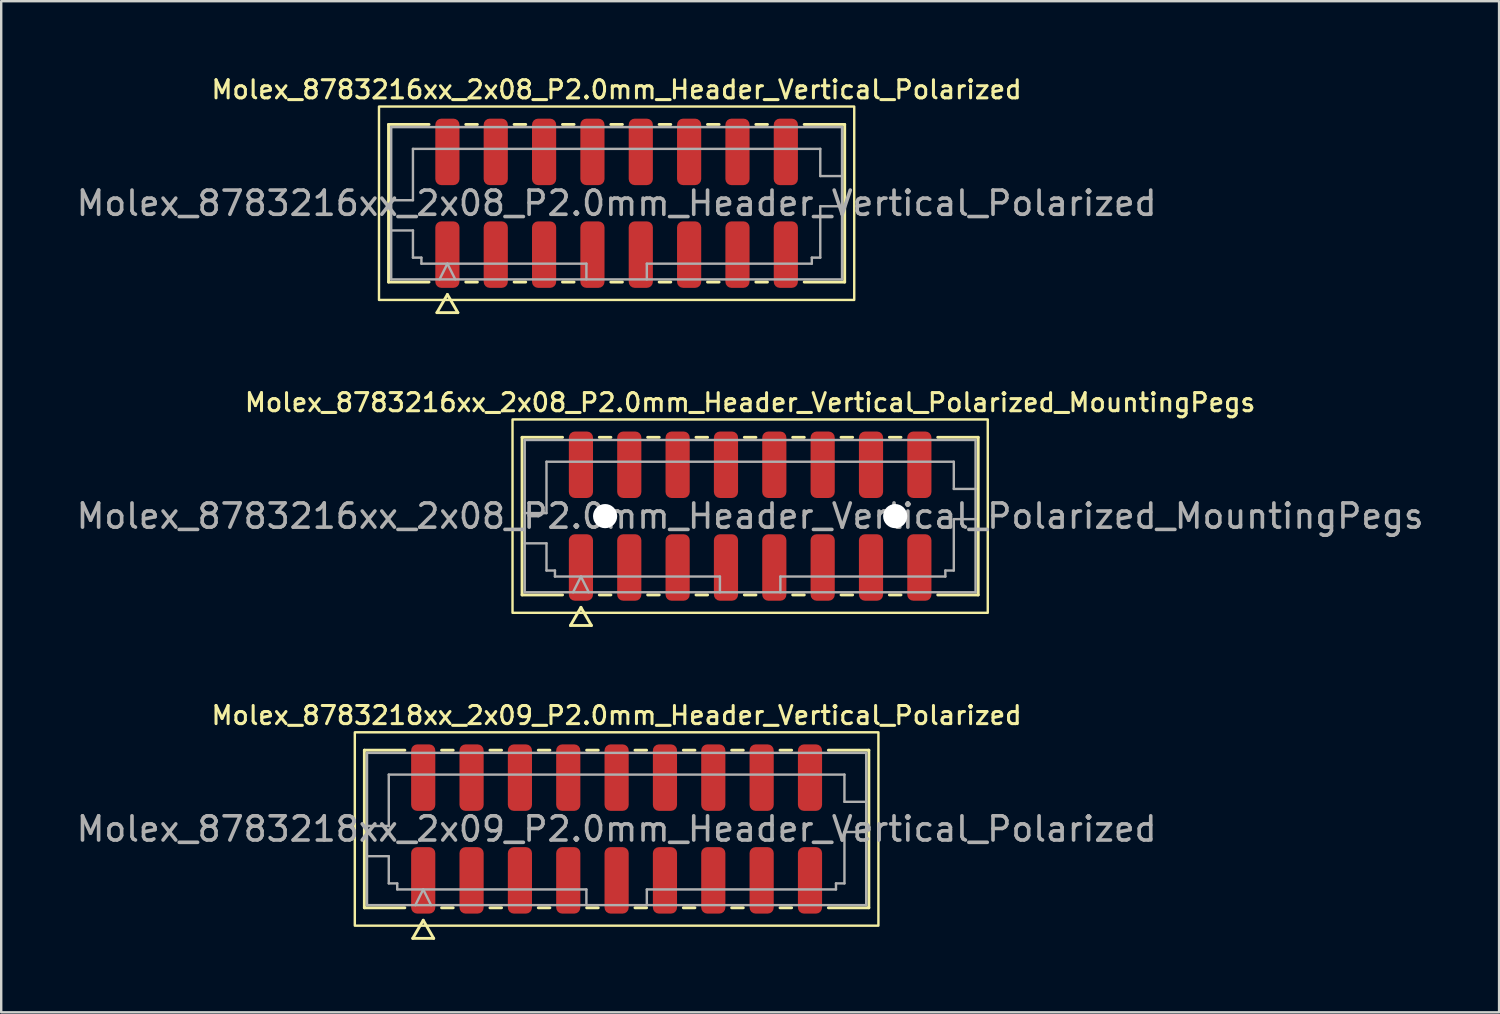
<source format=kicad_pcb>
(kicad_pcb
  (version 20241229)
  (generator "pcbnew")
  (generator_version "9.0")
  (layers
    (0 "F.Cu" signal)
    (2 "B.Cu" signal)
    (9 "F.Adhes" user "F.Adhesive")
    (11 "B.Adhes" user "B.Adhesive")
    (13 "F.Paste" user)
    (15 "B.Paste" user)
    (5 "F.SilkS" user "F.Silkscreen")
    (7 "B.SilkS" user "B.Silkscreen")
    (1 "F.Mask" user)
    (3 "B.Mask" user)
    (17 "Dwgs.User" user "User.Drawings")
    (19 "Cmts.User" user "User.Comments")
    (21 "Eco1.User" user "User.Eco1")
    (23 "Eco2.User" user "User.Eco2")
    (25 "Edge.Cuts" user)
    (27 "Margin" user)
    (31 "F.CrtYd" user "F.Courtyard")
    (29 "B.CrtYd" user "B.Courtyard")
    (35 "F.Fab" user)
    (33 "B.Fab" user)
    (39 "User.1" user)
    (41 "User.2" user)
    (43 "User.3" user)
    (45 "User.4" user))
  (footprint "Molex_8783216xx_2x08_P2.0mm_Header_Vertical_Polarized_MountingPegs"
    (layer "F.Cu")
    (at 27.982 18.301)
    (property "Reference" "Molex_8783216xx_2x08_P2.0mm_Header_Vertical_Polarized_MountingPegs" (at 0 -4.7 0) (layer "F.SilkS") (effects (font (size 0.75 0.75) (thickness 0.125))))
    (attr smd)
    (fp_line (start -9.435 -3.26) (end -7.76 -3.26) (stroke (width 0.12) (type solid)) (layer "F.SilkS"))
    (fp_line (start -9.435 3.26) (end -9.435 -3.26) (stroke (width 0.12) (type solid)) (layer "F.SilkS"))
    (fp_line (start -7.76 3.26) (end -9.435 3.26) (stroke (width 0.12) (type solid)) (layer "F.SilkS"))
    (fp_line (start -7.433 4.525) (end -7 3.775) (stroke (width 0.12) (type solid)) (layer "F.SilkS"))
    (fp_line (start -7 3.775) (end -6.567 4.525) (stroke (width 0.12) (type solid)) (layer "F.SilkS"))
    (fp_line (start -6.567 4.525) (end -7.433 4.525) (stroke (width 0.12) (type solid)) (layer "F.SilkS"))
    (fp_line (start -6.24 -3.26) (end -5.76 -3.26) (stroke (width 0.12) (type solid)) (layer "F.SilkS"))
    (fp_line (start -5.76 3.26) (end -6.24 3.26) (stroke (width 0.12) (type solid)) (layer "F.SilkS"))
    (fp_line (start -4.24 -3.26) (end -3.76 -3.26) (stroke (width 0.12) (type solid)) (layer "F.SilkS"))
    (fp_line (start -3.76 3.26) (end -4.24 3.26) (stroke (width 0.12) (type solid)) (layer "F.SilkS"))
    (fp_line (start -2.24 -3.26) (end -1.76 -3.26) (stroke (width 0.12) (type solid)) (layer "F.SilkS"))
    (fp_line (start -1.76 3.26) (end -2.24 3.26) (stroke (width 0.12) (type solid)) (layer "F.SilkS"))
    (fp_line (start -0.24 -3.26) (end 0.24 -3.26) (stroke (width 0.12) (type solid)) (layer "F.SilkS"))
    (fp_line (start 0.24 3.26) (end -0.24 3.26) (stroke (width 0.12) (type solid)) (layer "F.SilkS"))
    (fp_line (start 1.76 -3.26) (end 2.24 -3.26) (stroke (width 0.12) (type solid)) (layer "F.SilkS"))
    (fp_line (start 2.24 3.26) (end 1.76 3.26) (stroke (width 0.12) (type solid)) (layer "F.SilkS"))
    (fp_line (start 3.76 -3.26) (end 4.24 -3.26) (stroke (width 0.12) (type solid)) (layer "F.SilkS"))
    (fp_line (start 4.24 3.26) (end 3.76 3.26) (stroke (width 0.12) (type solid)) (layer "F.SilkS"))
    (fp_line (start 5.76 -3.26) (end 6.24 -3.26) (stroke (width 0.12) (type solid)) (layer "F.SilkS"))
    (fp_line (start 6.24 3.26) (end 5.76 3.26) (stroke (width 0.12) (type solid)) (layer "F.SilkS"))
    (fp_line (start 7.76 -3.26) (end 9.435 -3.26) (stroke (width 0.12) (type solid)) (layer "F.SilkS"))
    (fp_line (start 9.435 -3.26) (end 9.435 3.26) (stroke (width 0.12) (type solid)) (layer "F.SilkS"))
    (fp_line (start 9.435 3.26) (end 7.76 3.26) (stroke (width 0.12) (type solid)) (layer "F.SilkS"))
    (fp_rect (start -9.83 -4) (end 9.83 4) (stroke (width 0.1) (type solid)) (fill no) (layer "F.SilkS"))
    (fp_line (start -9.325 -3.15) (end 9.325 -3.15) (stroke (width 0.1) (type solid)) (layer "F.Fab"))
    (fp_line (start -9.325 -0.125) (end -8.425 -0.125) (stroke (width 0.1) (type solid)) (layer "F.Fab"))
    (fp_line (start -9.325 1.125) (end -8.425 1.125) (stroke (width 0.1) (type solid)) (layer "F.Fab"))
    (fp_line (start -9.325 3.15) (end -9.325 -3.15) (stroke (width 0.1) (type solid)) (layer "F.Fab"))
    (fp_line (start -8.425 -2.25) (end 8.425 -2.25) (stroke (width 0.1) (type solid)) (layer "F.Fab"))
    (fp_line (start -8.425 -0.125) (end -8.425 -2.25) (stroke (width 0.1) (type solid)) (layer "F.Fab"))
    (fp_line (start -8.425 1.125) (end -8.425 2.25) (stroke (width 0.1) (type solid)) (layer "F.Fab"))
    (fp_line (start -8.425 2.25) (end -8.075 2.25) (stroke (width 0.1) (type solid)) (layer "F.Fab"))
    (fp_line (start -8.075 2.25) (end -8.075 2.5) (stroke (width 0.1) (type solid)) (layer "F.Fab"))
    (fp_line (start -8.075 2.5) (end -1.25 2.5) (stroke (width 0.1) (type solid)) (layer "F.Fab"))
    (fp_line (start -7.325 3.15) (end -7 2.5) (stroke (width 0.1) (type solid)) (layer "F.Fab"))
    (fp_line (start -7 2.5) (end -6.675 3.15) (stroke (width 0.1) (type solid)) (layer "F.Fab"))
    (fp_line (start -1.25 2.5) (end -1.25 3.15) (stroke (width 0.1) (type solid)) (layer "F.Fab"))
    (fp_line (start 1.25 2.5) (end 1.25 3.15) (stroke (width 0.1) (type solid)) (layer "F.Fab"))
    (fp_line (start 1.25 2.5) (end 8.075 2.5) (stroke (width 0.1) (type solid)) (layer "F.Fab"))
    (fp_line (start 8.075 2.25) (end 8.425 2.25) (stroke (width 0.1) (type solid)) (layer "F.Fab"))
    (fp_line (start 8.075 2.5) (end 8.075 2.25) (stroke (width 0.1) (type solid)) (layer "F.Fab"))
    (fp_line (start 8.425 -2.25) (end 8.425 -1.125) (stroke (width 0.1) (type solid)) (layer "F.Fab"))
    (fp_line (start 8.425 -1.125) (end 9.325 -1.125) (stroke (width 0.1) (type solid)) (layer "F.Fab"))
    (fp_line (start 8.425 0.125) (end 9.325 0.125) (stroke (width 0.1) (type solid)) (layer "F.Fab"))
    (fp_line (start 8.425 2.25) (end 8.425 0.125) (stroke (width 0.1) (type solid)) (layer "F.Fab"))
    (fp_line (start 9.325 -3.15) (end 9.325 3.15) (stroke (width 0.1) (type solid)) (layer "F.Fab"))
    (fp_line (start 9.325 3.15) (end -9.325 3.15) (stroke (width 0.1) (type solid)) (layer "F.Fab"))
    (fp_text user "${REFERENCE}" (at 0 0 0) (layer "F.Fab") (effects (font (size 1 1) (thickness 0.15))))
    (pad "" np_thru_hole circle (at -6 0) (size 1 1) (drill 1) (layers "*.Cu" "*.Mask"))
    (pad "" np_thru_hole circle (at 6 0) (size 1 1) (drill 1) (layers "*.Cu" "*.Mask"))
    (pad "1" smd roundrect (at -7 2.125) (size 1 2.75) (layers "F.Cu" "F.Mask" "F.Paste") (roundrect_rratio 0.25))
    (pad "2" smd roundrect (at -7 -2.125) (size 1 2.75) (layers "F.Cu" "F.Mask" "F.Paste") (roundrect_rratio 0.25))
    (pad "3" smd roundrect (at -5 2.125) (size 1 2.75) (layers "F.Cu" "F.Mask" "F.Paste") (roundrect_rratio 0.25))
    (pad "4" smd roundrect (at -5 -2.125) (size 1 2.75) (layers "F.Cu" "F.Mask" "F.Paste") (roundrect_rratio 0.25))
    (pad "5" smd roundrect (at -3 2.125) (size 1 2.75) (layers "F.Cu" "F.Mask" "F.Paste") (roundrect_rratio 0.25))
    (pad "6" smd roundrect (at -3 -2.125) (size 1 2.75) (layers "F.Cu" "F.Mask" "F.Paste") (roundrect_rratio 0.25))
    (pad "7" smd roundrect (at -1 2.125) (size 1 2.75) (layers "F.Cu" "F.Mask" "F.Paste") (roundrect_rratio 0.25))
    (pad "8" smd roundrect (at -1 -2.125) (size 1 2.75) (layers "F.Cu" "F.Mask" "F.Paste") (roundrect_rratio 0.25))
    (pad "9" smd roundrect (at 1 2.125) (size 1 2.75) (layers "F.Cu" "F.Mask" "F.Paste") (roundrect_rratio 0.25))
    (pad "10" smd roundrect (at 1 -2.125) (size 1 2.75) (layers "F.Cu" "F.Mask" "F.Paste") (roundrect_rratio 0.25))
    (pad "11" smd roundrect (at 3 2.125) (size 1 2.75) (layers "F.Cu" "F.Mask" "F.Paste") (roundrect_rratio 0.25))
    (pad "12" smd roundrect (at 3 -2.125) (size 1 2.75) (layers "F.Cu" "F.Mask" "F.Paste") (roundrect_rratio 0.25))
    (pad "13" smd roundrect (at 5 2.125) (size 1 2.75) (layers "F.Cu" "F.Mask" "F.Paste") (roundrect_rratio 0.25))
    (pad "14" smd roundrect (at 5 -2.125) (size 1 2.75) (layers "F.Cu" "F.Mask" "F.Paste") (roundrect_rratio 0.25))
    (pad "15" smd roundrect (at 7 2.125) (size 1 2.75) (layers "F.Cu" "F.Mask" "F.Paste") (roundrect_rratio 0.25))
    (pad "16" smd roundrect (at 7 -2.125) (size 1 2.75) (layers "F.Cu" "F.Mask" "F.Paste") (roundrect_rratio 0.25)))
  (footprint "Molex_8783216xx_2x08_P2.0mm_Header_Vertical_Polarized"
    (layer "F.Cu")
    (at 22.458 5.358)
    (property "Reference" "Molex_8783216xx_2x08_P2.0mm_Header_Vertical_Polarized" (at 0 -4.7 0) (layer "F.SilkS") (effects (font (size 0.75 0.75) (thickness 0.125))))
    (attr smd)
    (fp_line (start -9.435 -3.26) (end -7.76 -3.26) (stroke (width 0.12) (type solid)) (layer "F.SilkS"))
    (fp_line (start -9.435 3.26) (end -9.435 -3.26) (stroke (width 0.12) (type solid)) (layer "F.SilkS"))
    (fp_line (start -7.76 3.26) (end -9.435 3.26) (stroke (width 0.12) (type solid)) (layer "F.SilkS"))
    (fp_line (start -7.433 4.525) (end -7 3.775) (stroke (width 0.12) (type solid)) (layer "F.SilkS"))
    (fp_line (start -7 3.775) (end -6.567 4.525) (stroke (width 0.12) (type solid)) (layer "F.SilkS"))
    (fp_line (start -6.567 4.525) (end -7.433 4.525) (stroke (width 0.12) (type solid)) (layer "F.SilkS"))
    (fp_line (start -6.24 -3.26) (end -5.76 -3.26) (stroke (width 0.12) (type solid)) (layer "F.SilkS"))
    (fp_line (start -5.76 3.26) (end -6.24 3.26) (stroke (width 0.12) (type solid)) (layer "F.SilkS"))
    (fp_line (start -4.24 -3.26) (end -3.76 -3.26) (stroke (width 0.12) (type solid)) (layer "F.SilkS"))
    (fp_line (start -3.76 3.26) (end -4.24 3.26) (stroke (width 0.12) (type solid)) (layer "F.SilkS"))
    (fp_line (start -2.24 -3.26) (end -1.76 -3.26) (stroke (width 0.12) (type solid)) (layer "F.SilkS"))
    (fp_line (start -1.76 3.26) (end -2.24 3.26) (stroke (width 0.12) (type solid)) (layer "F.SilkS"))
    (fp_line (start -0.24 -3.26) (end 0.24 -3.26) (stroke (width 0.12) (type solid)) (layer "F.SilkS"))
    (fp_line (start 0.24 3.26) (end -0.24 3.26) (stroke (width 0.12) (type solid)) (layer "F.SilkS"))
    (fp_line (start 1.76 -3.26) (end 2.24 -3.26) (stroke (width 0.12) (type solid)) (layer "F.SilkS"))
    (fp_line (start 2.24 3.26) (end 1.76 3.26) (stroke (width 0.12) (type solid)) (layer "F.SilkS"))
    (fp_line (start 3.76 -3.26) (end 4.24 -3.26) (stroke (width 0.12) (type solid)) (layer "F.SilkS"))
    (fp_line (start 4.24 3.26) (end 3.76 3.26) (stroke (width 0.12) (type solid)) (layer "F.SilkS"))
    (fp_line (start 5.76 -3.26) (end 6.24 -3.26) (stroke (width 0.12) (type solid)) (layer "F.SilkS"))
    (fp_line (start 6.24 3.26) (end 5.76 3.26) (stroke (width 0.12) (type solid)) (layer "F.SilkS"))
    (fp_line (start 7.76 -3.26) (end 9.435 -3.26) (stroke (width 0.12) (type solid)) (layer "F.SilkS"))
    (fp_line (start 9.435 -3.26) (end 9.435 3.26) (stroke (width 0.12) (type solid)) (layer "F.SilkS"))
    (fp_line (start 9.435 3.26) (end 7.76 3.26) (stroke (width 0.12) (type solid)) (layer "F.SilkS"))
    (fp_rect (start -9.83 -4) (end 9.83 4) (stroke (width 0.1) (type solid)) (fill no) (layer "F.SilkS"))
    (fp_line (start -9.325 -3.15) (end 9.325 -3.15) (stroke (width 0.1) (type solid)) (layer "F.Fab"))
    (fp_line (start -9.325 -0.125) (end -8.425 -0.125) (stroke (width 0.1) (type solid)) (layer "F.Fab"))
    (fp_line (start -9.325 1.125) (end -8.425 1.125) (stroke (width 0.1) (type solid)) (layer "F.Fab"))
    (fp_line (start -9.325 3.15) (end -9.325 -3.15) (stroke (width 0.1) (type solid)) (layer "F.Fab"))
    (fp_line (start -8.425 -2.25) (end 8.425 -2.25) (stroke (width 0.1) (type solid)) (layer "F.Fab"))
    (fp_line (start -8.425 -0.125) (end -8.425 -2.25) (stroke (width 0.1) (type solid)) (layer "F.Fab"))
    (fp_line (start -8.425 1.125) (end -8.425 2.25) (stroke (width 0.1) (type solid)) (layer "F.Fab"))
    (fp_line (start -8.425 2.25) (end -8.075 2.25) (stroke (width 0.1) (type solid)) (layer "F.Fab"))
    (fp_line (start -8.075 2.25) (end -8.075 2.5) (stroke (width 0.1) (type solid)) (layer "F.Fab"))
    (fp_line (start -8.075 2.5) (end -1.25 2.5) (stroke (width 0.1) (type solid)) (layer "F.Fab"))
    (fp_line (start -7.325 3.15) (end -7 2.5) (stroke (width 0.1) (type solid)) (layer "F.Fab"))
    (fp_line (start -7 2.5) (end -6.675 3.15) (stroke (width 0.1) (type solid)) (layer "F.Fab"))
    (fp_line (start -1.25 2.5) (end -1.25 3.15) (stroke (width 0.1) (type solid)) (layer "F.Fab"))
    (fp_line (start 1.25 2.5) (end 1.25 3.15) (stroke (width 0.1) (type solid)) (layer "F.Fab"))
    (fp_line (start 1.25 2.5) (end 8.075 2.5) (stroke (width 0.1) (type solid)) (layer "F.Fab"))
    (fp_line (start 8.075 2.25) (end 8.425 2.25) (stroke (width 0.1) (type solid)) (layer "F.Fab"))
    (fp_line (start 8.075 2.5) (end 8.075 2.25) (stroke (width 0.1) (type solid)) (layer "F.Fab"))
    (fp_line (start 8.425 -2.25) (end 8.425 -1.125) (stroke (width 0.1) (type solid)) (layer "F.Fab"))
    (fp_line (start 8.425 -1.125) (end 9.325 -1.125) (stroke (width 0.1) (type solid)) (layer "F.Fab"))
    (fp_line (start 8.425 0.125) (end 9.325 0.125) (stroke (width 0.1) (type solid)) (layer "F.Fab"))
    (fp_line (start 8.425 2.25) (end 8.425 0.125) (stroke (width 0.1) (type solid)) (layer "F.Fab"))
    (fp_line (start 9.325 -3.15) (end 9.325 3.15) (stroke (width 0.1) (type solid)) (layer "F.Fab"))
    (fp_line (start 9.325 3.15) (end -9.325 3.15) (stroke (width 0.1) (type solid)) (layer "F.Fab"))
    (fp_text user "${REFERENCE}" (at 0 0 0) (layer "F.Fab") (effects (font (size 1 1) (thickness 0.15))))
    (pad "1" smd roundrect (at -7 2.125) (size 1 2.75) (layers "F.Cu" "F.Mask" "F.Paste") (roundrect_rratio 0.25))
    (pad "2" smd roundrect (at -7 -2.125) (size 1 2.75) (layers "F.Cu" "F.Mask" "F.Paste") (roundrect_rratio 0.25))
    (pad "3" smd roundrect (at -5 2.125) (size 1 2.75) (layers "F.Cu" "F.Mask" "F.Paste") (roundrect_rratio 0.25))
    (pad "4" smd roundrect (at -5 -2.125) (size 1 2.75) (layers "F.Cu" "F.Mask" "F.Paste") (roundrect_rratio 0.25))
    (pad "5" smd roundrect (at -3 2.125) (size 1 2.75) (layers "F.Cu" "F.Mask" "F.Paste") (roundrect_rratio 0.25))
    (pad "6" smd roundrect (at -3 -2.125) (size 1 2.75) (layers "F.Cu" "F.Mask" "F.Paste") (roundrect_rratio 0.25))
    (pad "7" smd roundrect (at -1 2.125) (size 1 2.75) (layers "F.Cu" "F.Mask" "F.Paste") (roundrect_rratio 0.25))
    (pad "8" smd roundrect (at -1 -2.125) (size 1 2.75) (layers "F.Cu" "F.Mask" "F.Paste") (roundrect_rratio 0.25))
    (pad "9" smd roundrect (at 1 2.125) (size 1 2.75) (layers "F.Cu" "F.Mask" "F.Paste") (roundrect_rratio 0.25))
    (pad "10" smd roundrect (at 1 -2.125) (size 1 2.75) (layers "F.Cu" "F.Mask" "F.Paste") (roundrect_rratio 0.25))
    (pad "11" smd roundrect (at 3 2.125) (size 1 2.75) (layers "F.Cu" "F.Mask" "F.Paste") (roundrect_rratio 0.25))
    (pad "12" smd roundrect (at 3 -2.125) (size 1 2.75) (layers "F.Cu" "F.Mask" "F.Paste") (roundrect_rratio 0.25))
    (pad "13" smd roundrect (at 5 2.125) (size 1 2.75) (layers "F.Cu" "F.Mask" "F.Paste") (roundrect_rratio 0.25))
    (pad "14" smd roundrect (at 5 -2.125) (size 1 2.75) (layers "F.Cu" "F.Mask" "F.Paste") (roundrect_rratio 0.25))
    (pad "15" smd roundrect (at 7 2.125) (size 1 2.75) (layers "F.Cu" "F.Mask" "F.Paste") (roundrect_rratio 0.25))
    (pad "16" smd roundrect (at 7 -2.125) (size 1 2.75) (layers "F.Cu" "F.Mask" "F.Paste") (roundrect_rratio 0.25)))
  (footprint "Molex_8783218xx_2x09_P2.0mm_Header_Vertical_Polarized"
    (layer "F.Cu")
    (at 22.458 31.244)
    (property "Reference" "Molex_8783218xx_2x09_P2.0mm_Header_Vertical_Polarized" (at 0 -4.7 0) (layer "F.SilkS") (effects (font (size 0.75 0.75) (thickness 0.125))))
    (attr smd)
    (fp_line (start -10.435 -3.26) (end -8.76 -3.26) (stroke (width 0.12) (type solid)) (layer "F.SilkS"))
    (fp_line (start -10.435 3.26) (end -10.435 -3.26) (stroke (width 0.12) (type solid)) (layer "F.SilkS"))
    (fp_line (start -8.76 3.26) (end -10.435 3.26) (stroke (width 0.12) (type solid)) (layer "F.SilkS"))
    (fp_line (start -8.433 4.525) (end -8 3.775) (stroke (width 0.12) (type solid)) (layer "F.SilkS"))
    (fp_line (start -8 3.775) (end -7.567 4.525) (stroke (width 0.12) (type solid)) (layer "F.SilkS"))
    (fp_line (start -7.567 4.525) (end -8.433 4.525) (stroke (width 0.12) (type solid)) (layer "F.SilkS"))
    (fp_line (start -7.24 -3.26) (end -6.76 -3.26) (stroke (width 0.12) (type solid)) (layer "F.SilkS"))
    (fp_line (start -6.76 3.26) (end -7.24 3.26) (stroke (width 0.12) (type solid)) (layer "F.SilkS"))
    (fp_line (start -5.24 -3.26) (end -4.76 -3.26) (stroke (width 0.12) (type solid)) (layer "F.SilkS"))
    (fp_line (start -4.76 3.26) (end -5.24 3.26) (stroke (width 0.12) (type solid)) (layer "F.SilkS"))
    (fp_line (start -3.24 -3.26) (end -2.76 -3.26) (stroke (width 0.12) (type solid)) (layer "F.SilkS"))
    (fp_line (start -2.76 3.26) (end -3.24 3.26) (stroke (width 0.12) (type solid)) (layer "F.SilkS"))
    (fp_line (start -1.24 -3.26) (end -0.76 -3.26) (stroke (width 0.12) (type solid)) (layer "F.SilkS"))
    (fp_line (start -0.76 3.26) (end -1.24 3.26) (stroke (width 0.12) (type solid)) (layer "F.SilkS"))
    (fp_line (start 0.76 -3.26) (end 1.24 -3.26) (stroke (width 0.12) (type solid)) (layer "F.SilkS"))
    (fp_line (start 1.24 3.26) (end 0.76 3.26) (stroke (width 0.12) (type solid)) (layer "F.SilkS"))
    (fp_line (start 2.76 -3.26) (end 3.24 -3.26) (stroke (width 0.12) (type solid)) (layer "F.SilkS"))
    (fp_line (start 3.24 3.26) (end 2.76 3.26) (stroke (width 0.12) (type solid)) (layer "F.SilkS"))
    (fp_line (start 4.76 -3.26) (end 5.24 -3.26) (stroke (width 0.12) (type solid)) (layer "F.SilkS"))
    (fp_line (start 5.24 3.26) (end 4.76 3.26) (stroke (width 0.12) (type solid)) (layer "F.SilkS"))
    (fp_line (start 6.76 -3.26) (end 7.24 -3.26) (stroke (width 0.12) (type solid)) (layer "F.SilkS"))
    (fp_line (start 7.24 3.26) (end 6.76 3.26) (stroke (width 0.12) (type solid)) (layer "F.SilkS"))
    (fp_line (start 8.76 -3.26) (end 10.435 -3.26) (stroke (width 0.12) (type solid)) (layer "F.SilkS"))
    (fp_line (start 10.435 -3.26) (end 10.435 3.26) (stroke (width 0.12) (type solid)) (layer "F.SilkS"))
    (fp_line (start 10.435 3.26) (end 8.76 3.26) (stroke (width 0.12) (type solid)) (layer "F.SilkS"))
    (fp_rect (start -10.83 -4) (end 10.83 4) (stroke (width 0.1) (type solid)) (fill no) (layer "F.SilkS"))
    (fp_line (start -10.325 -3.15) (end 10.325 -3.15) (stroke (width 0.1) (type solid)) (layer "F.Fab"))
    (fp_line (start -10.325 -0.125) (end -9.425 -0.125) (stroke (width 0.1) (type solid)) (layer "F.Fab"))
    (fp_line (start -10.325 1.125) (end -9.425 1.125) (stroke (width 0.1) (type solid)) (layer "F.Fab"))
    (fp_line (start -10.325 3.15) (end -10.325 -3.15) (stroke (width 0.1) (type solid)) (layer "F.Fab"))
    (fp_line (start -9.425 -2.25) (end 9.425 -2.25) (stroke (width 0.1) (type solid)) (layer "F.Fab"))
    (fp_line (start -9.425 -0.125) (end -9.425 -2.25) (stroke (width 0.1) (type solid)) (layer "F.Fab"))
    (fp_line (start -9.425 1.125) (end -9.425 2.25) (stroke (width 0.1) (type solid)) (layer "F.Fab"))
    (fp_line (start -9.425 2.25) (end -9.075 2.25) (stroke (width 0.1) (type solid)) (layer "F.Fab"))
    (fp_line (start -9.075 2.25) (end -9.075 2.5) (stroke (width 0.1) (type solid)) (layer "F.Fab"))
    (fp_line (start -9.075 2.5) (end -1.25 2.5) (stroke (width 0.1) (type solid)) (layer "F.Fab"))
    (fp_line (start -8.325 3.15) (end -8 2.5) (stroke (width 0.1) (type solid)) (layer "F.Fab"))
    (fp_line (start -8 2.5) (end -7.675 3.15) (stroke (width 0.1) (type solid)) (layer "F.Fab"))
    (fp_line (start -1.25 2.5) (end -1.25 3.15) (stroke (width 0.1) (type solid)) (layer "F.Fab"))
    (fp_line (start 1.25 2.5) (end 1.25 3.15) (stroke (width 0.1) (type solid)) (layer "F.Fab"))
    (fp_line (start 1.25 2.5) (end 9.075 2.5) (stroke (width 0.1) (type solid)) (layer "F.Fab"))
    (fp_line (start 9.075 2.25) (end 9.425 2.25) (stroke (width 0.1) (type solid)) (layer "F.Fab"))
    (fp_line (start 9.075 2.5) (end 9.075 2.25) (stroke (width 0.1) (type solid)) (layer "F.Fab"))
    (fp_line (start 9.425 -2.25) (end 9.425 -1.125) (stroke (width 0.1) (type solid)) (layer "F.Fab"))
    (fp_line (start 9.425 -1.125) (end 10.325 -1.125) (stroke (width 0.1) (type solid)) (layer "F.Fab"))
    (fp_line (start 9.425 0.125) (end 10.325 0.125) (stroke (width 0.1) (type solid)) (layer "F.Fab"))
    (fp_line (start 9.425 2.25) (end 9.425 0.125) (stroke (width 0.1) (type solid)) (layer "F.Fab"))
    (fp_line (start 10.325 -3.15) (end 10.325 3.15) (stroke (width 0.1) (type solid)) (layer "F.Fab"))
    (fp_line (start 10.325 3.15) (end -10.325 3.15) (stroke (width 0.1) (type solid)) (layer "F.Fab"))
    (fp_text user "${REFERENCE}" (at 0 0 0) (layer "F.Fab") (effects (font (size 1 1) (thickness 0.15))))
    (pad "1" smd roundrect (at -8 2.125) (size 1 2.75) (layers "F.Cu" "F.Mask" "F.Paste") (roundrect_rratio 0.25))
    (pad "2" smd roundrect (at -8 -2.125) (size 1 2.75) (layers "F.Cu" "F.Mask" "F.Paste") (roundrect_rratio 0.25))
    (pad "3" smd roundrect (at -6 2.125) (size 1 2.75) (layers "F.Cu" "F.Mask" "F.Paste") (roundrect_rratio 0.25))
    (pad "4" smd roundrect (at -6 -2.125) (size 1 2.75) (layers "F.Cu" "F.Mask" "F.Paste") (roundrect_rratio 0.25))
    (pad "5" smd roundrect (at -4 2.125) (size 1 2.75) (layers "F.Cu" "F.Mask" "F.Paste") (roundrect_rratio 0.25))
    (pad "6" smd roundrect (at -4 -2.125) (size 1 2.75) (layers "F.Cu" "F.Mask" "F.Paste") (roundrect_rratio 0.25))
    (pad "7" smd roundrect (at -2 2.125) (size 1 2.75) (layers "F.Cu" "F.Mask" "F.Paste") (roundrect_rratio 0.25))
    (pad "8" smd roundrect (at -2 -2.125) (size 1 2.75) (layers "F.Cu" "F.Mask" "F.Paste") (roundrect_rratio 0.25))
    (pad "9" smd roundrect (at 0 2.125) (size 1 2.75) (layers "F.Cu" "F.Mask" "F.Paste") (roundrect_rratio 0.25))
    (pad "10" smd roundrect (at 0 -2.125) (size 1 2.75) (layers "F.Cu" "F.Mask" "F.Paste") (roundrect_rratio 0.25))
    (pad "11" smd roundrect (at 2 2.125) (size 1 2.75) (layers "F.Cu" "F.Mask" "F.Paste") (roundrect_rratio 0.25))
    (pad "12" smd roundrect (at 2 -2.125) (size 1 2.75) (layers "F.Cu" "F.Mask" "F.Paste") (roundrect_rratio 0.25))
    (pad "13" smd roundrect (at 4 2.125) (size 1 2.75) (layers "F.Cu" "F.Mask" "F.Paste") (roundrect_rratio 0.25))
    (pad "14" smd roundrect (at 4 -2.125) (size 1 2.75) (layers "F.Cu" "F.Mask" "F.Paste") (roundrect_rratio 0.25))
    (pad "15" smd roundrect (at 6 2.125) (size 1 2.75) (layers "F.Cu" "F.Mask" "F.Paste") (roundrect_rratio 0.25))
    (pad "16" smd roundrect (at 6 -2.125) (size 1 2.75) (layers "F.Cu" "F.Mask" "F.Paste") (roundrect_rratio 0.25))
    (pad "17" smd roundrect (at 8 2.125) (size 1 2.75) (layers "F.Cu" "F.Mask" "F.Paste") (roundrect_rratio 0.25))
    (pad "18" smd roundrect (at 8 -2.125) (size 1 2.75) (layers "F.Cu" "F.Mask" "F.Paste") (roundrect_rratio 0.25)))
  (gr_rect
    (start -3 -3)
    (end 58.964 38.829)
    (stroke (width 0.1) (type default))
    (fill no)
    (layer "Edge.Cuts")))
</source>
